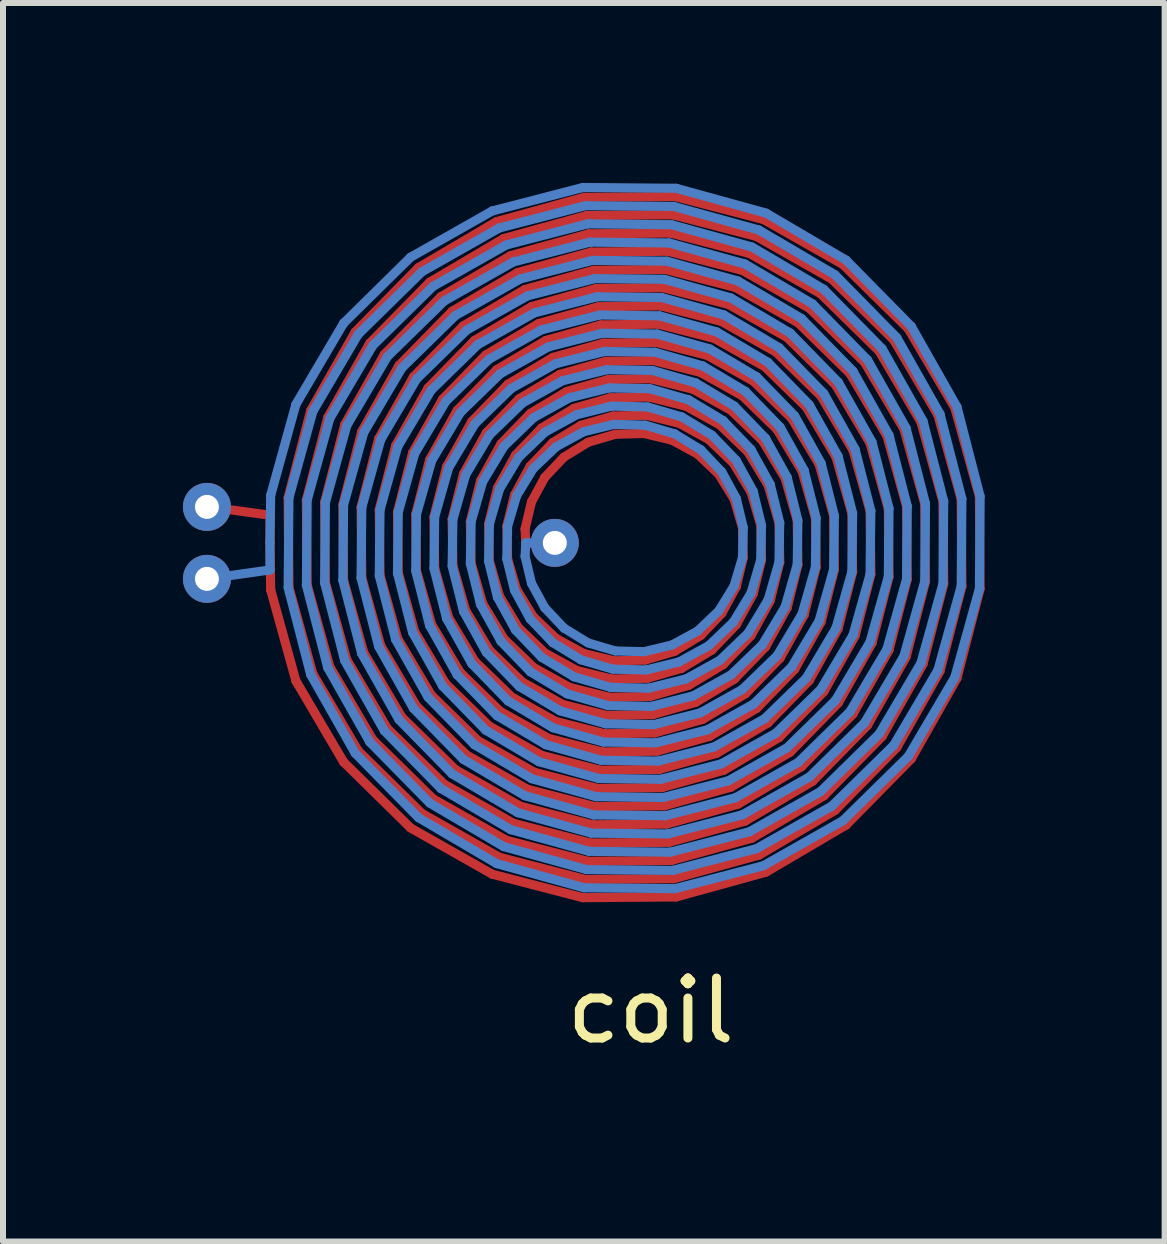
<source format=kicad_pcb>
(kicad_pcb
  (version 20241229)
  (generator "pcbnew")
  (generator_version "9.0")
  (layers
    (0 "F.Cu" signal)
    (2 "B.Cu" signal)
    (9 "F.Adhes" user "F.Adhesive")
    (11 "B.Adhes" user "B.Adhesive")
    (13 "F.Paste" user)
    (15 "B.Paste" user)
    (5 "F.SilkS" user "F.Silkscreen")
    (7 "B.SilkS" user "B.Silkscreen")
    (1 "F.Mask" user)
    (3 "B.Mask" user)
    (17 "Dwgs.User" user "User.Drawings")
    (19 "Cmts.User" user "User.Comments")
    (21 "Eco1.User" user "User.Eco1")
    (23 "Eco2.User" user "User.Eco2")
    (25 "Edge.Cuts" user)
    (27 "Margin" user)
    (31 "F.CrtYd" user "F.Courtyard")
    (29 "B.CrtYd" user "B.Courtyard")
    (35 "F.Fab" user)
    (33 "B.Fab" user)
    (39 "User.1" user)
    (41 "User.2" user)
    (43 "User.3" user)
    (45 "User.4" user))
  (footprint "coil"
    (layer "F.Cu")
    (at 7.5 6.001)
    (property "Reference" "coil" (at 0.3 7.8 0) (layer "F.SilkS") (effects (font (size 1 1) (thickness 0.15))))
    (attr through_hole)
    (fp_line (start -6.84 -0.57) (end -6.049 -0.461) (stroke (width 0.152) (type solid)) (layer "F.Cu"))
    (fp_line (start -6.049 -0.005) (end -6.049 -0.461) (stroke (width 0.152) (type solid)) (layer "F.Cu"))
    (fp_line (start -6.049 -0.005) (end -6.037 0.783) (stroke (width 0.152) (type solid)) (layer "F.Cu"))
    (fp_line (start -6.037 0.783) (end -5.617 2.3) (stroke (width 0.152) (type solid)) (layer "F.Cu"))
    (fp_line (start -5.746 -0.754) (end -5.733 0.743) (stroke (width 0.152) (type solid)) (layer "F.Cu"))
    (fp_line (start -5.733 0.743) (end -5.334 2.183) (stroke (width 0.152) (type solid)) (layer "F.Cu"))
    (fp_line (start -5.617 2.3) (end -4.821 3.654) (stroke (width 0.152) (type solid)) (layer "F.Cu"))
    (fp_line (start -5.442 -0.714) (end -5.429 0.703) (stroke (width 0.152) (type solid)) (layer "F.Cu"))
    (fp_line (start -5.429 0.703) (end -5.051 2.065) (stroke (width 0.152) (type solid)) (layer "F.Cu"))
    (fp_line (start -5.37 -2.207) (end -5.746 -0.754) (stroke (width 0.152) (type solid)) (layer "F.Cu"))
    (fp_line (start -5.334 2.183) (end -4.578 3.467) (stroke (width 0.152) (type solid)) (layer "F.Cu"))
    (fp_line (start -5.138 -0.674) (end -5.125 0.663) (stroke (width 0.152) (type solid)) (layer "F.Cu"))
    (fp_line (start -5.125 0.663) (end -4.768 1.948) (stroke (width 0.152) (type solid)) (layer "F.Cu"))
    (fp_line (start -5.086 -2.09) (end -5.442 -0.714) (stroke (width 0.152) (type solid)) (layer "F.Cu"))
    (fp_line (start -5.051 2.065) (end -4.335 3.281) (stroke (width 0.152) (type solid)) (layer "F.Cu"))
    (fp_line (start -4.834 -0.634) (end -4.822 0.623) (stroke (width 0.152) (type solid)) (layer "F.Cu"))
    (fp_line (start -4.822 0.623) (end -4.485 1.831) (stroke (width 0.152) (type solid)) (layer "F.Cu"))
    (fp_line (start -4.821 3.654) (end -3.704 4.753) (stroke (width 0.152) (type solid)) (layer "F.Cu"))
    (fp_line (start -4.803 -1.972) (end -5.138 -0.674) (stroke (width 0.152) (type solid)) (layer "F.Cu"))
    (fp_line (start -4.768 1.948) (end -4.092 3.094) (stroke (width 0.152) (type solid)) (layer "F.Cu"))
    (fp_line (start -4.628 -3.516) (end -5.37 -2.207) (stroke (width 0.152) (type solid)) (layer "F.Cu"))
    (fp_line (start -4.578 3.467) (end -3.517 4.51) (stroke (width 0.152) (type solid)) (layer "F.Cu"))
    (fp_line (start -4.53 -0.594) (end -4.518 0.583) (stroke (width 0.152) (type solid)) (layer "F.Cu"))
    (fp_line (start -4.52 -1.855) (end -4.834 -0.634) (stroke (width 0.152) (type solid)) (layer "F.Cu"))
    (fp_line (start -4.518 0.583) (end -4.202 1.714) (stroke (width 0.152) (type solid)) (layer "F.Cu"))
    (fp_line (start -4.485 1.831) (end -3.849 2.908) (stroke (width 0.152) (type solid)) (layer "F.Cu"))
    (fp_line (start -4.385 -3.329) (end -5.086 -2.09) (stroke (width 0.152) (type solid)) (layer "F.Cu"))
    (fp_line (start -4.335 3.281) (end -3.331 4.267) (stroke (width 0.152) (type solid)) (layer "F.Cu"))
    (fp_line (start -4.237 -1.738) (end -4.53 -0.594) (stroke (width 0.152) (type solid)) (layer "F.Cu"))
    (fp_line (start -4.227 -0.554) (end -4.214 0.543) (stroke (width 0.152) (type solid)) (layer "F.Cu"))
    (fp_line (start -4.214 0.543) (end -3.919 1.596) (stroke (width 0.152) (type solid)) (layer "F.Cu"))
    (fp_line (start -4.202 1.714) (end -3.606 2.721) (stroke (width 0.152) (type solid)) (layer "F.Cu"))
    (fp_line (start -4.142 -3.143) (end -4.803 -1.972) (stroke (width 0.152) (type solid)) (layer "F.Cu"))
    (fp_line (start -4.092 3.094) (end -3.144 4.024) (stroke (width 0.152) (type solid)) (layer "F.Cu"))
    (fp_line (start -3.954 -1.621) (end -4.227 -0.554) (stroke (width 0.152) (type solid)) (layer "F.Cu"))
    (fp_line (start -3.923 -0.514) (end -3.91 0.503) (stroke (width 0.152) (type solid)) (layer "F.Cu"))
    (fp_line (start -3.919 1.596) (end -3.362 2.534) (stroke (width 0.152) (type solid)) (layer "F.Cu"))
    (fp_line (start -3.91 0.503) (end -3.636 1.479) (stroke (width 0.152) (type solid)) (layer "F.Cu"))
    (fp_line (start -3.899 -2.956) (end -4.52 -1.855) (stroke (width 0.152) (type solid)) (layer "F.Cu"))
    (fp_line (start -3.849 2.908) (end -2.958 3.78) (stroke (width 0.152) (type solid)) (layer "F.Cu"))
    (fp_line (start -3.704 4.753) (end -2.343 5.524) (stroke (width 0.152) (type solid)) (layer "F.Cu"))
    (fp_line (start -3.671 -1.503) (end -3.923 -0.514) (stroke (width 0.152) (type solid)) (layer "F.Cu"))
    (fp_line (start -3.656 -2.769) (end -4.237 -1.738) (stroke (width 0.152) (type solid)) (layer "F.Cu"))
    (fp_line (start -3.636 1.479) (end -3.119 2.348) (stroke (width 0.152) (type solid)) (layer "F.Cu"))
    (fp_line (start -3.619 -0.474) (end -3.607 0.463) (stroke (width 0.152) (type solid)) (layer "F.Cu"))
    (fp_line (start -3.607 0.463) (end -3.353 1.362) (stroke (width 0.152) (type solid)) (layer "F.Cu"))
    (fp_line (start -3.606 2.721) (end -2.771 3.537) (stroke (width 0.152) (type solid)) (layer "F.Cu"))
    (fp_line (start -3.572 -4.59) (end -4.628 -3.516) (stroke (width 0.152) (type solid)) (layer "F.Cu"))
    (fp_line (start -3.517 4.51) (end -2.226 5.241) (stroke (width 0.152) (type solid)) (layer "F.Cu"))
    (fp_line (start -3.413 -2.583) (end -3.954 -1.621) (stroke (width 0.152) (type solid)) (layer "F.Cu"))
    (fp_line (start -3.388 -1.386) (end -3.619 -0.474) (stroke (width 0.152) (type solid)) (layer "F.Cu"))
    (fp_line (start -3.385 -4.347) (end -4.385 -3.329) (stroke (width 0.152) (type solid)) (layer "F.Cu"))
    (fp_line (start -3.362 2.534) (end -2.585 3.294) (stroke (width 0.152) (type solid)) (layer "F.Cu"))
    (fp_line (start -3.353 1.362) (end -2.876 2.161) (stroke (width 0.152) (type solid)) (layer "F.Cu"))
    (fp_line (start -3.331 4.267) (end -2.109 4.958) (stroke (width 0.152) (type solid)) (layer "F.Cu"))
    (fp_line (start -3.315 -0.434) (end -3.303 0.423) (stroke (width 0.152) (type solid)) (layer "F.Cu"))
    (fp_line (start -3.303 0.423) (end -3.07 1.245) (stroke (width 0.152) (type solid)) (layer "F.Cu"))
    (fp_line (start -3.199 -4.104) (end -4.142 -3.143) (stroke (width 0.152) (type solid)) (layer "F.Cu"))
    (fp_line (start -3.17 -2.397) (end -3.671 -1.503) (stroke (width 0.152) (type solid)) (layer "F.Cu"))
    (fp_line (start -3.144 4.024) (end -1.991 4.675) (stroke (width 0.152) (type solid)) (layer "F.Cu"))
    (fp_line (start -3.119 2.348) (end -2.398 3.051) (stroke (width 0.152) (type solid)) (layer "F.Cu"))
    (fp_line (start -3.105 -1.269) (end -3.315 -0.434) (stroke (width 0.152) (type solid)) (layer "F.Cu"))
    (fp_line (start -3.07 1.245) (end -2.633 1.975) (stroke (width 0.152) (type solid)) (layer "F.Cu"))
    (fp_line (start -3.012 -3.861) (end -3.899 -2.956) (stroke (width 0.152) (type solid)) (layer "F.Cu"))
    (fp_line (start -3.012 -0.394) (end -2.999 0.383) (stroke (width 0.152) (type solid)) (layer "F.Cu"))
    (fp_line (start -2.999 0.383) (end -2.786 1.127) (stroke (width 0.152) (type solid)) (layer "F.Cu"))
    (fp_line (start -2.958 3.78) (end -1.874 4.391) (stroke (width 0.152) (type solid)) (layer "F.Cu"))
    (fp_line (start -2.927 -2.21) (end -3.388 -1.386) (stroke (width 0.152) (type solid)) (layer "F.Cu"))
    (fp_line (start -2.876 2.161) (end -2.212 2.808) (stroke (width 0.152) (type solid)) (layer "F.Cu"))
    (fp_line (start -2.826 -3.618) (end -3.656 -2.769) (stroke (width 0.152) (type solid)) (layer "F.Cu"))
    (fp_line (start -2.822 -1.152) (end -3.012 -0.394) (stroke (width 0.152) (type solid)) (layer "F.Cu"))
    (fp_line (start -2.786 1.127) (end -2.39 1.788) (stroke (width 0.152) (type solid)) (layer "F.Cu"))
    (fp_line (start -2.771 3.537) (end -1.757 4.108) (stroke (width 0.152) (type solid)) (layer "F.Cu"))
    (fp_line (start -2.708 -0.354) (end -2.695 0.343) (stroke (width 0.152) (type solid)) (layer "F.Cu"))
    (fp_line (start -2.695 0.343) (end -2.503 1.01) (stroke (width 0.152) (type solid)) (layer "F.Cu"))
    (fp_line (start -2.684 -2.023) (end -3.105 -1.269) (stroke (width 0.152) (type solid)) (layer "F.Cu"))
    (fp_line (start -2.639 -3.375) (end -3.413 -2.583) (stroke (width 0.152) (type solid)) (layer "F.Cu"))
    (fp_line (start -2.633 1.975) (end -2.025 2.565) (stroke (width 0.152) (type solid)) (layer "F.Cu"))
    (fp_line (start -2.585 3.294) (end -1.64 3.825) (stroke (width 0.152) (type solid)) (layer "F.Cu"))
    (fp_line (start -2.539 -1.034) (end -2.708 -0.354) (stroke (width 0.152) (type solid)) (layer "F.Cu"))
    (fp_line (start -2.503 1.01) (end -2.147 1.602) (stroke (width 0.152) (type solid)) (layer "F.Cu"))
    (fp_line (start -2.453 -3.132) (end -3.17 -2.397) (stroke (width 0.152) (type solid)) (layer "F.Cu"))
    (fp_line (start -2.441 -1.837) (end -2.822 -1.152) (stroke (width 0.152) (type solid)) (layer "F.Cu"))
    (fp_line (start -2.404 -0.314) (end -2.391 0.303) (stroke (width 0.152) (type solid)) (layer "F.Cu"))
    (fp_line (start -2.398 3.051) (end -1.522 3.542) (stroke (width 0.152) (type solid)) (layer "F.Cu"))
    (fp_line (start -2.391 0.303) (end -2.22 0.893) (stroke (width 0.152) (type solid)) (layer "F.Cu"))
    (fp_line (start -2.39 1.788) (end -1.839 2.322) (stroke (width 0.152) (type solid)) (layer "F.Cu"))
    (fp_line (start -2.343 5.524) (end -0.833 5.915) (stroke (width 0.152) (type solid)) (layer "F.Cu"))
    (fp_line (start -2.27 -5.357) (end -3.572 -4.59) (stroke (width 0.152) (type solid)) (layer "F.Cu"))
    (fp_line (start -2.266 -2.889) (end -2.927 -2.21) (stroke (width 0.152) (type solid)) (layer "F.Cu"))
    (fp_line (start -2.256 -0.917) (end -2.404 -0.314) (stroke (width 0.152) (type solid)) (layer "F.Cu"))
    (fp_line (start -2.226 5.241) (end -0.793 5.612) (stroke (width 0.152) (type solid)) (layer "F.Cu"))
    (fp_line (start -2.22 0.893) (end -1.904 1.415) (stroke (width 0.152) (type solid)) (layer "F.Cu"))
    (fp_line (start -2.212 2.808) (end -1.405 3.259) (stroke (width 0.152) (type solid)) (layer "F.Cu"))
    (fp_line (start -2.198 -1.65) (end -2.539 -1.034) (stroke (width 0.152) (type solid)) (layer "F.Cu"))
    (fp_line (start -2.153 -5.074) (end -3.385 -4.347) (stroke (width 0.152) (type solid)) (layer "F.Cu"))
    (fp_line (start -2.147 1.602) (end -1.652 2.079) (stroke (width 0.152) (type solid)) (layer "F.Cu"))
    (fp_line (start -2.109 4.958) (end -0.753 5.308) (stroke (width 0.152) (type solid)) (layer "F.Cu"))
    (fp_line (start -2.1 -0.274) (end -2.088 0.263) (stroke (width 0.152) (type solid)) (layer "F.Cu"))
    (fp_line (start -2.088 0.263) (end -1.937 0.776) (stroke (width 0.152) (type solid)) (layer "F.Cu"))
    (fp_line (start -2.079 -2.646) (end -2.684 -2.023) (stroke (width 0.152) (type solid)) (layer "F.Cu"))
    (fp_line (start -2.035 -4.79) (end -3.199 -4.104) (stroke (width 0.152) (type solid)) (layer "F.Cu"))
    (fp_line (start -2.025 2.565) (end -1.288 2.976) (stroke (width 0.152) (type solid)) (layer "F.Cu"))
    (fp_line (start -1.991 4.675) (end -0.713 5.004) (stroke (width 0.152) (type solid)) (layer "F.Cu"))
    (fp_line (start -1.972 -0.8) (end -2.1 -0.274) (stroke (width 0.152) (type solid)) (layer "F.Cu"))
    (fp_line (start -1.955 -1.464) (end -2.256 -0.917) (stroke (width 0.152) (type solid)) (layer "F.Cu"))
    (fp_line (start -1.937 0.776) (end -1.661 1.229) (stroke (width 0.152) (type solid)) (layer "F.Cu"))
    (fp_line (start -1.918 -4.507) (end -3.012 -3.861) (stroke (width 0.152) (type solid)) (layer "F.Cu"))
    (fp_line (start -1.904 1.415) (end -1.466 1.836) (stroke (width 0.152) (type solid)) (layer "F.Cu"))
    (fp_line (start -1.893 -2.403) (end -2.441 -1.837) (stroke (width 0.152) (type solid)) (layer "F.Cu"))
    (fp_line (start -1.874 4.391) (end -0.673 4.7) (stroke (width 0.152) (type solid)) (layer "F.Cu"))
    (fp_line (start -1.839 2.322) (end -1.171 2.693) (stroke (width 0.152) (type solid)) (layer "F.Cu"))
    (fp_line (start -1.801 -4.224) (end -2.826 -3.618) (stroke (width 0.152) (type solid)) (layer "F.Cu"))
    (fp_line (start -1.796 -0.234) (end -1.784 0) (stroke (width 0.152) (type solid)) (layer "F.Cu"))
    (fp_line (start -1.757 4.108) (end -0.633 4.397) (stroke (width 0.152) (type solid)) (layer "F.Cu"))
    (fp_line (start -1.712 -1.277) (end -1.972 -0.8) (stroke (width 0.152) (type solid)) (layer "F.Cu"))
    (fp_line (start -1.706 -2.159) (end -2.198 -1.65) (stroke (width 0.152) (type solid)) (layer "F.Cu"))
    (fp_line (start -1.689 -0.683) (end -1.796 -0.234) (stroke (width 0.152) (type solid)) (layer "F.Cu"))
    (fp_line (start -1.684 -3.941) (end -2.639 -3.375) (stroke (width 0.152) (type solid)) (layer "F.Cu"))
    (fp_line (start -1.661 1.229) (end -1.279 1.593) (stroke (width 0.152) (type solid)) (layer "F.Cu"))
    (fp_line (start -1.652 2.079) (end -1.053 2.41) (stroke (width 0.152) (type solid)) (layer "F.Cu"))
    (fp_line (start -1.64 3.825) (end -0.593 4.093) (stroke (width 0.152) (type solid)) (layer "F.Cu"))
    (fp_line (start -1.566 -3.658) (end -2.453 -3.132) (stroke (width 0.152) (type solid)) (layer "F.Cu"))
    (fp_line (start -1.522 3.542) (end -0.553 3.789) (stroke (width 0.152) (type solid)) (layer "F.Cu"))
    (fp_line (start -1.52 -1.916) (end -1.955 -1.464) (stroke (width 0.152) (type solid)) (layer "F.Cu"))
    (fp_line (start -1.468 -1.091) (end -1.689 -0.683) (stroke (width 0.152) (type solid)) (layer "F.Cu"))
    (fp_line (start -1.466 1.836) (end -0.936 2.127) (stroke (width 0.152) (type solid)) (layer "F.Cu"))
    (fp_line (start -1.449 -3.375) (end -2.266 -2.889) (stroke (width 0.152) (type solid)) (layer "F.Cu"))
    (fp_line (start -1.405 3.259) (end -0.513 3.485) (stroke (width 0.152) (type solid)) (layer "F.Cu"))
    (fp_line (start -1.333 -1.673) (end -1.712 -1.277) (stroke (width 0.152) (type solid)) (layer "F.Cu"))
    (fp_line (start -1.332 -3.092) (end -2.079 -2.646) (stroke (width 0.152) (type solid)) (layer "F.Cu"))
    (fp_line (start -1.3 0.005) (end -1.784 0) (stroke (width 0.152) (type solid)) (layer "F.Cu"))
    (fp_line (start -1.288 2.976) (end -0.473 3.182) (stroke (width 0.152) (type solid)) (layer "F.Cu"))
    (fp_line (start -1.279 1.593) (end -0.819 1.844) (stroke (width 0.152) (type solid)) (layer "F.Cu"))
    (fp_line (start -1.215 -2.809) (end -1.893 -2.403) (stroke (width 0.152) (type solid)) (layer "F.Cu"))
    (fp_line (start -1.171 2.693) (end -0.433 2.878) (stroke (width 0.152) (type solid)) (layer "F.Cu"))
    (fp_line (start -1.147 -1.43) (end -1.468 -1.091) (stroke (width 0.152) (type solid)) (layer "F.Cu"))
    (fp_line (start -1.097 -2.526) (end -1.706 -2.159) (stroke (width 0.152) (type solid)) (layer "F.Cu"))
    (fp_line (start -1.053 2.41) (end -0.393 2.574) (stroke (width 0.152) (type solid)) (layer "F.Cu"))
    (fp_line (start -0.98 -2.243) (end -1.52 -1.916) (stroke (width 0.152) (type solid)) (layer "F.Cu"))
    (fp_line (start -0.936 2.127) (end -0.353 2.27) (stroke (width 0.152) (type solid)) (layer "F.Cu"))
    (fp_line (start -0.863 -1.96) (end -1.333 -1.673) (stroke (width 0.152) (type solid)) (layer "F.Cu"))
    (fp_line (start -0.833 5.915) (end 0.725 5.903) (stroke (width 0.152) (type solid)) (layer "F.Cu"))
    (fp_line (start -0.819 1.844) (end -0.313 1.966) (stroke (width 0.152) (type solid)) (layer "F.Cu"))
    (fp_line (start -0.811 -5.761) (end -2.27 -5.357) (stroke (width 0.152) (type solid)) (layer "F.Cu"))
    (fp_line (start -0.793 5.612) (end 0.685 5.599) (stroke (width 0.152) (type solid)) (layer "F.Cu"))
    (fp_line (start -0.771 -5.457) (end -2.153 -5.074) (stroke (width 0.152) (type solid)) (layer "F.Cu"))
    (fp_line (start -0.753 5.308) (end 0.645 5.295) (stroke (width 0.152) (type solid)) (layer "F.Cu"))
    (fp_line (start -0.746 -1.677) (end -1.147 -1.43) (stroke (width 0.152) (type solid)) (layer "F.Cu"))
    (fp_line (start -0.731 -5.153) (end -2.035 -4.79) (stroke (width 0.152) (type solid)) (layer "F.Cu"))
    (fp_line (start -0.713 5.004) (end 0.605 4.992) (stroke (width 0.152) (type solid)) (layer "F.Cu"))
    (fp_line (start -0.691 -4.849) (end -1.918 -4.507) (stroke (width 0.152) (type solid)) (layer "F.Cu"))
    (fp_line (start -0.673 4.7) (end 0.565 4.688) (stroke (width 0.152) (type solid)) (layer "F.Cu"))
    (fp_line (start -0.651 -4.545) (end -1.801 -4.224) (stroke (width 0.152) (type solid)) (layer "F.Cu"))
    (fp_line (start -0.633 4.397) (end 0.525 4.384) (stroke (width 0.152) (type solid)) (layer "F.Cu"))
    (fp_line (start -0.611 -4.242) (end -1.684 -3.941) (stroke (width 0.152) (type solid)) (layer "F.Cu"))
    (fp_line (start -0.593 4.093) (end 0.485 4.08) (stroke (width 0.152) (type solid)) (layer "F.Cu"))
    (fp_line (start -0.571 -3.938) (end -1.566 -3.658) (stroke (width 0.152) (type solid)) (layer "F.Cu"))
    (fp_line (start -0.553 3.789) (end 0.445 3.776) (stroke (width 0.152) (type solid)) (layer "F.Cu"))
    (fp_line (start -0.531 -3.634) (end -1.449 -3.375) (stroke (width 0.152) (type solid)) (layer "F.Cu"))
    (fp_line (start -0.513 3.485) (end 0.405 3.473) (stroke (width 0.152) (type solid)) (layer "F.Cu"))
    (fp_line (start -0.491 -3.33) (end -1.332 -3.092) (stroke (width 0.152) (type solid)) (layer "F.Cu"))
    (fp_line (start -0.473 3.182) (end 0.365 3.169) (stroke (width 0.152) (type solid)) (layer "F.Cu"))
    (fp_line (start -0.451 -3.027) (end -1.215 -2.809) (stroke (width 0.152) (type solid)) (layer "F.Cu"))
    (fp_line (start -0.433 2.878) (end 0.325 2.865) (stroke (width 0.152) (type solid)) (layer "F.Cu"))
    (fp_line (start -0.411 -2.723) (end -1.097 -2.526) (stroke (width 0.152) (type solid)) (layer "F.Cu"))
    (fp_line (start -0.393 2.574) (end 0.285 2.561) (stroke (width 0.152) (type solid)) (layer "F.Cu"))
    (fp_line (start -0.371 -2.419) (end -0.98 -2.243) (stroke (width 0.152) (type solid)) (layer "F.Cu"))
    (fp_line (start -0.353 2.27) (end 0.245 2.257) (stroke (width 0.152) (type solid)) (layer "F.Cu"))
    (fp_line (start -0.331 -2.115) (end -0.863 -1.96) (stroke (width 0.152) (type solid)) (layer "F.Cu"))
    (fp_line (start -0.313 1.966) (end 0.205 1.954) (stroke (width 0.152) (type solid)) (layer "F.Cu"))
    (fp_line (start -0.291 -1.811) (end -0.746 -1.677) (stroke (width 0.152) (type solid)) (layer "F.Cu"))
    (fp_line (start 0.186 -1.824) (end -0.291 -1.811) (stroke (width 0.152) (type solid)) (layer "F.Cu"))
    (fp_line (start 0.205 1.954) (end 0.698 1.808) (stroke (width 0.152) (type solid)) (layer "F.Cu"))
    (fp_line (start 0.226 -2.128) (end -0.331 -2.115) (stroke (width 0.152) (type solid)) (layer "F.Cu"))
    (fp_line (start 0.245 2.257) (end 0.815 2.091) (stroke (width 0.152) (type solid)) (layer "F.Cu"))
    (fp_line (start 0.266 -2.432) (end -0.371 -2.419) (stroke (width 0.152) (type solid)) (layer "F.Cu"))
    (fp_line (start 0.285 2.561) (end 0.932 2.375) (stroke (width 0.152) (type solid)) (layer "F.Cu"))
    (fp_line (start 0.306 -2.735) (end -0.411 -2.723) (stroke (width 0.152) (type solid)) (layer "F.Cu"))
    (fp_line (start 0.325 2.865) (end 1.05 2.658) (stroke (width 0.152) (type solid)) (layer "F.Cu"))
    (fp_line (start 0.346 -3.039) (end -0.451 -3.027) (stroke (width 0.152) (type solid)) (layer "F.Cu"))
    (fp_line (start 0.365 3.169) (end 1.167 2.941) (stroke (width 0.152) (type solid)) (layer "F.Cu"))
    (fp_line (start 0.386 -3.343) (end -0.491 -3.33) (stroke (width 0.152) (type solid)) (layer "F.Cu"))
    (fp_line (start 0.405 3.473) (end 1.284 3.224) (stroke (width 0.152) (type solid)) (layer "F.Cu"))
    (fp_line (start 0.426 -3.647) (end -0.531 -3.634) (stroke (width 0.152) (type solid)) (layer "F.Cu"))
    (fp_line (start 0.445 3.776) (end 1.401 3.507) (stroke (width 0.152) (type solid)) (layer "F.Cu"))
    (fp_line (start 0.466 -3.951) (end -0.571 -3.938) (stroke (width 0.152) (type solid)) (layer "F.Cu"))
    (fp_line (start 0.485 4.08) (end 1.519 3.79) (stroke (width 0.152) (type solid)) (layer "F.Cu"))
    (fp_line (start 0.506 -4.254) (end -0.611 -4.242) (stroke (width 0.152) (type solid)) (layer "F.Cu"))
    (fp_line (start 0.525 4.384) (end 1.636 4.073) (stroke (width 0.152) (type solid)) (layer "F.Cu"))
    (fp_line (start 0.546 -4.558) (end -0.651 -4.545) (stroke (width 0.152) (type solid)) (layer "F.Cu"))
    (fp_line (start 0.565 4.688) (end 1.753 4.356) (stroke (width 0.152) (type solid)) (layer "F.Cu"))
    (fp_line (start 0.586 -4.862) (end -0.691 -4.849) (stroke (width 0.152) (type solid)) (layer "F.Cu"))
    (fp_line (start 0.605 4.992) (end 1.871 4.639) (stroke (width 0.152) (type solid)) (layer "F.Cu"))
    (fp_line (start 0.626 -5.166) (end -0.731 -5.153) (stroke (width 0.152) (type solid)) (layer "F.Cu"))
    (fp_line (start 0.645 5.295) (end 1.988 4.922) (stroke (width 0.152) (type solid)) (layer "F.Cu"))
    (fp_line (start 0.654 -1.712) (end 0.186 -1.824) (stroke (width 0.152) (type solid)) (layer "F.Cu"))
    (fp_line (start 0.666 -5.47) (end -0.771 -5.457) (stroke (width 0.152) (type solid)) (layer "F.Cu"))
    (fp_line (start 0.685 5.599) (end 2.105 5.205) (stroke (width 0.152) (type solid)) (layer "F.Cu"))
    (fp_line (start 0.698 1.808) (end 1.134 1.542) (stroke (width 0.152) (type solid)) (layer "F.Cu"))
    (fp_line (start 0.706 -5.773) (end -0.811 -5.761) (stroke (width 0.152) (type solid)) (layer "F.Cu"))
    (fp_line (start 0.725 5.903) (end 2.222 5.489) (stroke (width 0.152) (type solid)) (layer "F.Cu"))
    (fp_line (start 0.771 -1.995) (end 0.226 -2.128) (stroke (width 0.152) (type solid)) (layer "F.Cu"))
    (fp_line (start 0.815 2.091) (end 1.32 1.785) (stroke (width 0.152) (type solid)) (layer "F.Cu"))
    (fp_line (start 0.888 -2.278) (end 0.266 -2.432) (stroke (width 0.152) (type solid)) (layer "F.Cu"))
    (fp_line (start 0.932 2.375) (end 1.507 2.028) (stroke (width 0.152) (type solid)) (layer "F.Cu"))
    (fp_line (start 1.006 -2.561) (end 0.306 -2.735) (stroke (width 0.152) (type solid)) (layer "F.Cu"))
    (fp_line (start 1.05 2.658) (end 1.693 2.271) (stroke (width 0.152) (type solid)) (layer "F.Cu"))
    (fp_line (start 1.079 -1.481) (end 0.654 -1.712) (stroke (width 0.152) (type solid)) (layer "F.Cu"))
    (fp_line (start 1.123 -2.844) (end 0.346 -3.039) (stroke (width 0.152) (type solid)) (layer "F.Cu"))
    (fp_line (start 1.134 1.542) (end 1.484 1.174) (stroke (width 0.152) (type solid)) (layer "F.Cu"))
    (fp_line (start 1.167 2.941) (end 1.88 2.514) (stroke (width 0.152) (type solid)) (layer "F.Cu"))
    (fp_line (start 1.24 -3.127) (end 0.386 -3.343) (stroke (width 0.152) (type solid)) (layer "F.Cu"))
    (fp_line (start 1.266 -1.724) (end 0.771 -1.995) (stroke (width 0.152) (type solid)) (layer "F.Cu"))
    (fp_line (start 1.284 3.224) (end 2.067 2.757) (stroke (width 0.152) (type solid)) (layer "F.Cu"))
    (fp_line (start 1.32 1.785) (end 1.727 1.361) (stroke (width 0.152) (type solid)) (layer "F.Cu"))
    (fp_line (start 1.357 -3.41) (end 0.426 -3.647) (stroke (width 0.152) (type solid)) (layer "F.Cu"))
    (fp_line (start 1.401 3.507) (end 2.253 3.001) (stroke (width 0.152) (type solid)) (layer "F.Cu"))
    (fp_line (start 1.433 -1.145) (end 1.079 -1.481) (stroke (width 0.152) (type solid)) (layer "F.Cu"))
    (fp_line (start 1.452 -1.967) (end 0.888 -2.278) (stroke (width 0.152) (type solid)) (layer "F.Cu"))
    (fp_line (start 1.475 -3.693) (end 0.466 -3.951) (stroke (width 0.152) (type solid)) (layer "F.Cu"))
    (fp_line (start 1.484 1.174) (end 1.725 0.732) (stroke (width 0.152) (type solid)) (layer "F.Cu"))
    (fp_line (start 1.507 2.028) (end 1.97 1.548) (stroke (width 0.152) (type solid)) (layer "F.Cu"))
    (fp_line (start 1.519 3.79) (end 2.44 3.244) (stroke (width 0.152) (type solid)) (layer "F.Cu"))
    (fp_line (start 1.592 -3.977) (end 0.506 -4.254) (stroke (width 0.152) (type solid)) (layer "F.Cu"))
    (fp_line (start 1.636 4.073) (end 2.626 3.487) (stroke (width 0.152) (type solid)) (layer "F.Cu"))
    (fp_line (start 1.639 -2.21) (end 1.006 -2.561) (stroke (width 0.152) (type solid)) (layer "F.Cu"))
    (fp_line (start 1.676 -1.332) (end 1.266 -1.724) (stroke (width 0.152) (type solid)) (layer "F.Cu"))
    (fp_line (start 1.689 -0.727) (end 1.433 -1.145) (stroke (width 0.152) (type solid)) (layer "F.Cu"))
    (fp_line (start 1.693 2.271) (end 2.213 1.734) (stroke (width 0.152) (type solid)) (layer "F.Cu"))
    (fp_line (start 1.709 -4.26) (end 0.546 -4.558) (stroke (width 0.152) (type solid)) (layer "F.Cu"))
    (fp_line (start 1.725 0.732) (end 1.842 0.245) (stroke (width 0.152) (type solid)) (layer "F.Cu"))
    (fp_line (start 1.727 1.361) (end 2.008 0.849) (stroke (width 0.152) (type solid)) (layer "F.Cu"))
    (fp_line (start 1.753 4.356) (end 2.813 3.73) (stroke (width 0.152) (type solid)) (layer "F.Cu"))
    (fp_line (start 1.826 -2.453) (end 1.123 -2.844) (stroke (width 0.152) (type solid)) (layer "F.Cu"))
    (fp_line (start 1.827 -4.543) (end 0.586 -4.862) (stroke (width 0.152) (type solid)) (layer "F.Cu"))
    (fp_line (start 1.829 -0.253) (end 1.689 -0.727) (stroke (width 0.152) (type solid)) (layer "F.Cu"))
    (fp_line (start 1.842 0.245) (end 1.829 -0.253) (stroke (width 0.152) (type solid)) (layer "F.Cu"))
    (fp_line (start 1.871 4.639) (end 2.999 3.973) (stroke (width 0.152) (type solid)) (layer "F.Cu"))
    (fp_line (start 1.88 2.514) (end 2.456 1.921) (stroke (width 0.152) (type solid)) (layer "F.Cu"))
    (fp_line (start 1.919 -1.518) (end 1.452 -1.967) (stroke (width 0.152) (type solid)) (layer "F.Cu"))
    (fp_line (start 1.944 -4.826) (end 0.626 -5.166) (stroke (width 0.152) (type solid)) (layer "F.Cu"))
    (fp_line (start 1.97 1.548) (end 2.291 0.966) (stroke (width 0.152) (type solid)) (layer "F.Cu"))
    (fp_line (start 1.972 -0.844) (end 1.676 -1.332) (stroke (width 0.152) (type solid)) (layer "F.Cu"))
    (fp_line (start 1.988 4.922) (end 3.186 4.216) (stroke (width 0.152) (type solid)) (layer "F.Cu"))
    (fp_line (start 2.008 0.849) (end 2.146 0.285) (stroke (width 0.152) (type solid)) (layer "F.Cu"))
    (fp_line (start 2.012 -2.696) (end 1.24 -3.127) (stroke (width 0.152) (type solid)) (layer "F.Cu"))
    (fp_line (start 2.061 -5.109) (end 0.666 -5.47) (stroke (width 0.152) (type solid)) (layer "F.Cu"))
    (fp_line (start 2.067 2.757) (end 2.699 2.107) (stroke (width 0.152) (type solid)) (layer "F.Cu"))
    (fp_line (start 2.105 5.205) (end 3.372 4.459) (stroke (width 0.152) (type solid)) (layer "F.Cu"))
    (fp_line (start 2.133 -0.293) (end 1.972 -0.844) (stroke (width 0.152) (type solid)) (layer "F.Cu"))
    (fp_line (start 2.146 0.285) (end 2.133 -0.293) (stroke (width 0.152) (type solid)) (layer "F.Cu"))
    (fp_line (start 2.162 -1.705) (end 1.639 -2.21) (stroke (width 0.152) (type solid)) (layer "F.Cu"))
    (fp_line (start 2.178 -5.392) (end 0.706 -5.773) (stroke (width 0.152) (type solid)) (layer "F.Cu"))
    (fp_line (start 2.199 -2.939) (end 1.357 -3.41) (stroke (width 0.152) (type solid)) (layer "F.Cu"))
    (fp_line (start 2.213 1.734) (end 2.574 1.083) (stroke (width 0.152) (type solid)) (layer "F.Cu"))
    (fp_line (start 2.222 5.489) (end 3.559 4.702) (stroke (width 0.152) (type solid)) (layer "F.Cu"))
    (fp_line (start 2.253 3.001) (end 2.942 2.294) (stroke (width 0.152) (type solid)) (layer "F.Cu"))
    (fp_line (start 2.256 -0.961) (end 1.919 -1.518) (stroke (width 0.152) (type solid)) (layer "F.Cu"))
    (fp_line (start 2.291 0.966) (end 2.45 0.325) (stroke (width 0.152) (type solid)) (layer "F.Cu"))
    (fp_line (start 2.385 -3.183) (end 1.475 -3.693) (stroke (width 0.152) (type solid)) (layer "F.Cu"))
    (fp_line (start 2.405 -1.891) (end 1.826 -2.453) (stroke (width 0.152) (type solid)) (layer "F.Cu"))
    (fp_line (start 2.437 -0.333) (end 2.256 -0.961) (stroke (width 0.152) (type solid)) (layer "F.Cu"))
    (fp_line (start 2.44 3.244) (end 3.185 2.48) (stroke (width 0.152) (type solid)) (layer "F.Cu"))
    (fp_line (start 2.45 0.325) (end 2.437 -0.333) (stroke (width 0.152) (type solid)) (layer "F.Cu"))
    (fp_line (start 2.456 1.921) (end 2.857 1.201) (stroke (width 0.152) (type solid)) (layer "F.Cu"))
    (fp_line (start 2.539 -1.078) (end 2.162 -1.705) (stroke (width 0.152) (type solid)) (layer "F.Cu"))
    (fp_line (start 2.572 -3.426) (end 1.592 -3.977) (stroke (width 0.152) (type solid)) (layer "F.Cu"))
    (fp_line (start 2.574 1.083) (end 2.753 0.365) (stroke (width 0.152) (type solid)) (layer "F.Cu"))
    (fp_line (start 2.626 3.487) (end 3.428 2.667) (stroke (width 0.152) (type solid)) (layer "F.Cu"))
    (fp_line (start 2.648 -2.078) (end 2.012 -2.696) (stroke (width 0.152) (type solid)) (layer "F.Cu"))
    (fp_line (start 2.699 2.107) (end 3.14 1.318) (stroke (width 0.152) (type solid)) (layer "F.Cu"))
    (fp_line (start 2.741 -0.373) (end 2.539 -1.078) (stroke (width 0.152) (type solid)) (layer "F.Cu"))
    (fp_line (start 2.753 0.365) (end 2.741 -0.373) (stroke (width 0.152) (type solid)) (layer "F.Cu"))
    (fp_line (start 2.758 -3.669) (end 1.709 -4.26) (stroke (width 0.152) (type solid)) (layer "F.Cu"))
    (fp_line (start 2.813 3.73) (end 3.671 2.853) (stroke (width 0.152) (type solid)) (layer "F.Cu"))
    (fp_line (start 2.822 -1.196) (end 2.405 -1.891) (stroke (width 0.152) (type solid)) (layer "F.Cu"))
    (fp_line (start 2.857 1.201) (end 3.057 0.405) (stroke (width 0.152) (type solid)) (layer "F.Cu"))
    (fp_line (start 2.892 -2.264) (end 2.199 -2.939) (stroke (width 0.152) (type solid)) (layer "F.Cu"))
    (fp_line (start 2.942 2.294) (end 3.423 1.435) (stroke (width 0.152) (type solid)) (layer "F.Cu"))
    (fp_line (start 2.945 -3.912) (end 1.827 -4.543) (stroke (width 0.152) (type solid)) (layer "F.Cu"))
    (fp_line (start 2.999 3.973) (end 3.914 3.04) (stroke (width 0.152) (type solid)) (layer "F.Cu"))
    (fp_line (start 3.045 -0.413) (end 2.822 -1.196) (stroke (width 0.152) (type solid)) (layer "F.Cu"))
    (fp_line (start 3.057 0.405) (end 3.045 -0.413) (stroke (width 0.152) (type solid)) (layer "F.Cu"))
    (fp_line (start 3.105 -1.313) (end 2.648 -2.078) (stroke (width 0.152) (type solid)) (layer "F.Cu"))
    (fp_line (start 3.131 -4.155) (end 1.944 -4.826) (stroke (width 0.152) (type solid)) (layer "F.Cu"))
    (fp_line (start 3.135 -2.451) (end 2.385 -3.183) (stroke (width 0.152) (type solid)) (layer "F.Cu"))
    (fp_line (start 3.14 1.318) (end 3.361 0.445) (stroke (width 0.152) (type solid)) (layer "F.Cu"))
    (fp_line (start 3.185 2.48) (end 3.706 1.552) (stroke (width 0.152) (type solid)) (layer "F.Cu"))
    (fp_line (start 3.186 4.216) (end 4.158 3.226) (stroke (width 0.152) (type solid)) (layer "F.Cu"))
    (fp_line (start 3.318 -4.398) (end 2.061 -5.109) (stroke (width 0.152) (type solid)) (layer "F.Cu"))
    (fp_line (start 3.348 -0.453) (end 3.105 -1.313) (stroke (width 0.152) (type solid)) (layer "F.Cu"))
    (fp_line (start 3.361 0.445) (end 3.348 -0.453) (stroke (width 0.152) (type solid)) (layer "F.Cu"))
    (fp_line (start 3.372 4.459) (end 4.401 3.413) (stroke (width 0.152) (type solid)) (layer "F.Cu"))
    (fp_line (start 3.378 -2.637) (end 2.572 -3.426) (stroke (width 0.152) (type solid)) (layer "F.Cu"))
    (fp_line (start 3.388 -1.43) (end 2.892 -2.264) (stroke (width 0.152) (type solid)) (layer "F.Cu"))
    (fp_line (start 3.423 1.435) (end 3.665 0.485) (stroke (width 0.152) (type solid)) (layer "F.Cu"))
    (fp_line (start 3.428 2.667) (end 3.989 1.67) (stroke (width 0.152) (type solid)) (layer "F.Cu"))
    (fp_line (start 3.504 -4.641) (end 2.178 -5.392) (stroke (width 0.152) (type solid)) (layer "F.Cu"))
    (fp_line (start 3.559 4.702) (end 4.644 3.599) (stroke (width 0.152) (type solid)) (layer "F.Cu"))
    (fp_line (start 3.621 -2.824) (end 2.758 -3.669) (stroke (width 0.152) (type solid)) (layer "F.Cu"))
    (fp_line (start 3.652 -0.493) (end 3.388 -1.43) (stroke (width 0.152) (type solid)) (layer "F.Cu"))
    (fp_line (start 3.665 0.485) (end 3.652 -0.493) (stroke (width 0.152) (type solid)) (layer "F.Cu"))
    (fp_line (start 3.671 -1.547) (end 3.135 -2.451) (stroke (width 0.152) (type solid)) (layer "F.Cu"))
    (fp_line (start 3.671 2.853) (end 4.272 1.787) (stroke (width 0.152) (type solid)) (layer "F.Cu"))
    (fp_line (start 3.706 1.552) (end 3.969 0.525) (stroke (width 0.152) (type solid)) (layer "F.Cu"))
    (fp_line (start 3.864 -3.01) (end 2.945 -3.912) (stroke (width 0.152) (type solid)) (layer "F.Cu"))
    (fp_line (start 3.914 3.04) (end 4.556 1.904) (stroke (width 0.152) (type solid)) (layer "F.Cu"))
    (fp_line (start 3.954 -1.665) (end 3.378 -2.637) (stroke (width 0.152) (type solid)) (layer "F.Cu"))
    (fp_line (start 3.956 -0.533) (end 3.671 -1.547) (stroke (width 0.152) (type solid)) (layer "F.Cu"))
    (fp_line (start 3.969 0.525) (end 3.956 -0.533) (stroke (width 0.152) (type solid)) (layer "F.Cu"))
    (fp_line (start 3.989 1.67) (end 4.272 0.565) (stroke (width 0.152) (type solid)) (layer "F.Cu"))
    (fp_line (start 4.107 -3.197) (end 3.131 -4.155) (stroke (width 0.152) (type solid)) (layer "F.Cu"))
    (fp_line (start 4.158 3.226) (end 4.839 2.021) (stroke (width 0.152) (type solid)) (layer "F.Cu"))
    (fp_line (start 4.237 -1.782) (end 3.621 -2.824) (stroke (width 0.152) (type solid)) (layer "F.Cu"))
    (fp_line (start 4.26 -0.573) (end 3.954 -1.665) (stroke (width 0.152) (type solid)) (layer "F.Cu"))
    (fp_line (start 4.272 0.565) (end 4.26 -0.573) (stroke (width 0.152) (type solid)) (layer "F.Cu"))
    (fp_line (start 4.272 1.787) (end 4.576 0.605) (stroke (width 0.152) (type solid)) (layer "F.Cu"))
    (fp_line (start 4.35 -3.384) (end 3.318 -4.398) (stroke (width 0.152) (type solid)) (layer "F.Cu"))
    (fp_line (start 4.401 3.413) (end 5.122 2.139) (stroke (width 0.152) (type solid)) (layer "F.Cu"))
    (fp_line (start 4.52 -1.899) (end 3.864 -3.01) (stroke (width 0.152) (type solid)) (layer "F.Cu"))
    (fp_line (start 4.556 1.904) (end 4.88 0.645) (stroke (width 0.152) (type solid)) (layer "F.Cu"))
    (fp_line (start 4.564 -0.613) (end 4.237 -1.782) (stroke (width 0.152) (type solid)) (layer "F.Cu"))
    (fp_line (start 4.576 0.605) (end 4.564 -0.613) (stroke (width 0.152) (type solid)) (layer "F.Cu"))
    (fp_line (start 4.593 -3.57) (end 3.504 -4.641) (stroke (width 0.152) (type solid)) (layer "F.Cu"))
    (fp_line (start 4.644 3.599) (end 5.405 2.256) (stroke (width 0.152) (type solid)) (layer "F.Cu"))
    (fp_line (start 4.803 -2.016) (end 4.107 -3.197) (stroke (width 0.152) (type solid)) (layer "F.Cu"))
    (fp_line (start 4.839 2.021) (end 5.184 0.685) (stroke (width 0.152) (type solid)) (layer "F.Cu"))
    (fp_line (start 4.867 -0.653) (end 4.52 -1.899) (stroke (width 0.152) (type solid)) (layer "F.Cu"))
    (fp_line (start 4.88 0.645) (end 4.867 -0.653) (stroke (width 0.152) (type solid)) (layer "F.Cu"))
    (fp_line (start 5.086 -2.134) (end 4.35 -3.384) (stroke (width 0.152) (type solid)) (layer "F.Cu"))
    (fp_line (start 5.122 2.139) (end 5.487 0.725) (stroke (width 0.152) (type solid)) (layer "F.Cu"))
    (fp_line (start 5.171 -0.693) (end 4.803 -2.016) (stroke (width 0.152) (type solid)) (layer "F.Cu"))
    (fp_line (start 5.184 0.685) (end 5.171 -0.693) (stroke (width 0.152) (type solid)) (layer "F.Cu"))
    (fp_line (start 5.369 -2.251) (end 4.593 -3.57) (stroke (width 0.152) (type solid)) (layer "F.Cu"))
    (fp_line (start 5.405 2.256) (end 5.791 0.765) (stroke (width 0.152) (type solid)) (layer "F.Cu"))
    (fp_line (start 5.475 -0.733) (end 5.086 -2.134) (stroke (width 0.152) (type solid)) (layer "F.Cu"))
    (fp_line (start 5.487 0.725) (end 5.475 -0.733) (stroke (width 0.152) (type solid)) (layer "F.Cu"))
    (fp_line (start 5.779 -0.773) (end 5.369 -2.251) (stroke (width 0.152) (type solid)) (layer "F.Cu"))
    (fp_line (start 5.791 0.765) (end 5.779 -0.773) (stroke (width 0.152) (type solid)) (layer "F.Cu"))
    (fp_line (start -7.1 0.6) (end -6.049 0.451) (stroke (width 0.152) (type solid)) (layer "B.Cu"))
    (fp_line (start -6.049 -0.005) (end -6.049 0.451) (stroke (width 0.152) (type solid)) (layer "B.Cu"))
    (fp_line (start -6.049 -0.005) (end -6.037 -0.793) (stroke (width 0.152) (type solid)) (layer "B.Cu"))
    (fp_line (start -6.037 -0.793) (end -5.617 -2.309) (stroke (width 0.152) (type solid)) (layer "B.Cu"))
    (fp_line (start -5.746 0.745) (end -5.733 -0.753) (stroke (width 0.152) (type solid)) (layer "B.Cu"))
    (fp_line (start -5.733 -0.753) (end -5.334 -2.192) (stroke (width 0.152) (type solid)) (layer "B.Cu"))
    (fp_line (start -5.617 -2.309) (end -4.821 -3.663) (stroke (width 0.152) (type solid)) (layer "B.Cu"))
    (fp_line (start -5.442 0.705) (end -5.429 -0.713) (stroke (width 0.152) (type solid)) (layer "B.Cu"))
    (fp_line (start -5.429 -0.713) (end -5.051 -2.075) (stroke (width 0.152) (type solid)) (layer "B.Cu"))
    (fp_line (start -5.37 2.197) (end -5.746 0.745) (stroke (width 0.152) (type solid)) (layer "B.Cu"))
    (fp_line (start -5.334 -2.192) (end -4.578 -3.477) (stroke (width 0.152) (type solid)) (layer "B.Cu"))
    (fp_line (start -5.138 0.665) (end -5.125 -0.673) (stroke (width 0.152) (type solid)) (layer "B.Cu"))
    (fp_line (start -5.125 -0.673) (end -4.768 -1.958) (stroke (width 0.152) (type solid)) (layer "B.Cu"))
    (fp_line (start -5.086 2.08) (end -5.442 0.705) (stroke (width 0.152) (type solid)) (layer "B.Cu"))
    (fp_line (start -5.051 -2.075) (end -4.335 -3.29) (stroke (width 0.152) (type solid)) (layer "B.Cu"))
    (fp_line (start -4.834 0.625) (end -4.822 -0.633) (stroke (width 0.152) (type solid)) (layer "B.Cu"))
    (fp_line (start -4.822 -0.633) (end -4.485 -1.841) (stroke (width 0.152) (type solid)) (layer "B.Cu"))
    (fp_line (start -4.821 -3.663) (end -3.704 -4.763) (stroke (width 0.152) (type solid)) (layer "B.Cu"))
    (fp_line (start -4.803 1.963) (end -5.138 0.665) (stroke (width 0.152) (type solid)) (layer "B.Cu"))
    (fp_line (start -4.768 -1.958) (end -4.092 -3.104) (stroke (width 0.152) (type solid)) (layer "B.Cu"))
    (fp_line (start -4.628 3.506) (end -5.37 2.197) (stroke (width 0.152) (type solid)) (layer "B.Cu"))
    (fp_line (start -4.578 -3.477) (end -3.517 -4.519) (stroke (width 0.152) (type solid)) (layer "B.Cu"))
    (fp_line (start -4.53 0.585) (end -4.518 -0.593) (stroke (width 0.152) (type solid)) (layer "B.Cu"))
    (fp_line (start -4.52 1.845) (end -4.834 0.625) (stroke (width 0.152) (type solid)) (layer "B.Cu"))
    (fp_line (start -4.518 -0.593) (end -4.202 -1.723) (stroke (width 0.152) (type solid)) (layer "B.Cu"))
    (fp_line (start -4.485 -1.841) (end -3.849 -2.917) (stroke (width 0.152) (type solid)) (layer "B.Cu"))
    (fp_line (start -4.385 3.32) (end -5.086 2.08) (stroke (width 0.152) (type solid)) (layer "B.Cu"))
    (fp_line (start -4.335 -3.29) (end -3.331 -4.276) (stroke (width 0.152) (type solid)) (layer "B.Cu"))
    (fp_line (start -4.237 1.728) (end -4.53 0.585) (stroke (width 0.152) (type solid)) (layer "B.Cu"))
    (fp_line (start -4.227 0.545) (end -4.214 -0.553) (stroke (width 0.152) (type solid)) (layer "B.Cu"))
    (fp_line (start -4.214 -0.553) (end -3.919 -1.606) (stroke (width 0.152) (type solid)) (layer "B.Cu"))
    (fp_line (start -4.202 -1.723) (end -3.606 -2.731) (stroke (width 0.152) (type solid)) (layer "B.Cu"))
    (fp_line (start -4.142 3.133) (end -4.803 1.963) (stroke (width 0.152) (type solid)) (layer "B.Cu"))
    (fp_line (start -4.092 -3.104) (end -3.144 -4.033) (stroke (width 0.152) (type solid)) (layer "B.Cu"))
    (fp_line (start -3.954 1.611) (end -4.227 0.545) (stroke (width 0.152) (type solid)) (layer "B.Cu"))
    (fp_line (start -3.923 0.505) (end -3.91 -0.513) (stroke (width 0.152) (type solid)) (layer "B.Cu"))
    (fp_line (start -3.919 -1.606) (end -3.362 -2.544) (stroke (width 0.152) (type solid)) (layer "B.Cu"))
    (fp_line (start -3.91 -0.513) (end -3.636 -1.489) (stroke (width 0.152) (type solid)) (layer "B.Cu"))
    (fp_line (start -3.899 2.946) (end -4.52 1.845) (stroke (width 0.152) (type solid)) (layer "B.Cu"))
    (fp_line (start -3.849 -2.917) (end -2.958 -3.79) (stroke (width 0.152) (type solid)) (layer "B.Cu"))
    (fp_line (start -3.704 -4.763) (end -2.343 -5.534) (stroke (width 0.152) (type solid)) (layer "B.Cu"))
    (fp_line (start -3.671 1.494) (end -3.923 0.505) (stroke (width 0.152) (type solid)) (layer "B.Cu"))
    (fp_line (start -3.656 2.76) (end -4.237 1.728) (stroke (width 0.152) (type solid)) (layer "B.Cu"))
    (fp_line (start -3.636 -1.489) (end -3.119 -2.358) (stroke (width 0.152) (type solid)) (layer "B.Cu"))
    (fp_line (start -3.619 0.465) (end -3.607 -0.473) (stroke (width 0.152) (type solid)) (layer "B.Cu"))
    (fp_line (start -3.607 -0.473) (end -3.353 -1.371) (stroke (width 0.152) (type solid)) (layer "B.Cu"))
    (fp_line (start -3.606 -2.731) (end -2.771 -3.547) (stroke (width 0.152) (type solid)) (layer "B.Cu"))
    (fp_line (start -3.572 4.581) (end -4.628 3.506) (stroke (width 0.152) (type solid)) (layer "B.Cu"))
    (fp_line (start -3.517 -4.519) (end -2.226 -5.25) (stroke (width 0.152) (type solid)) (layer "B.Cu"))
    (fp_line (start -3.413 2.573) (end -3.954 1.611) (stroke (width 0.152) (type solid)) (layer "B.Cu"))
    (fp_line (start -3.388 1.377) (end -3.619 0.465) (stroke (width 0.152) (type solid)) (layer "B.Cu"))
    (fp_line (start -3.385 4.338) (end -4.385 3.32) (stroke (width 0.152) (type solid)) (layer "B.Cu"))
    (fp_line (start -3.362 -2.544) (end -2.585 -3.304) (stroke (width 0.152) (type solid)) (layer "B.Cu"))
    (fp_line (start -3.353 -1.371) (end -2.876 -2.171) (stroke (width 0.152) (type solid)) (layer "B.Cu"))
    (fp_line (start -3.331 -4.276) (end -2.109 -4.967) (stroke (width 0.152) (type solid)) (layer "B.Cu"))
    (fp_line (start -3.315 0.425) (end -3.303 -0.433) (stroke (width 0.152) (type solid)) (layer "B.Cu"))
    (fp_line (start -3.303 -0.433) (end -3.07 -1.254) (stroke (width 0.152) (type solid)) (layer "B.Cu"))
    (fp_line (start -3.199 4.095) (end -4.142 3.133) (stroke (width 0.152) (type solid)) (layer "B.Cu"))
    (fp_line (start -3.17 2.387) (end -3.671 1.494) (stroke (width 0.152) (type solid)) (layer "B.Cu"))
    (fp_line (start -3.144 -4.033) (end -1.991 -4.684) (stroke (width 0.152) (type solid)) (layer "B.Cu"))
    (fp_line (start -3.119 -2.358) (end -2.398 -3.061) (stroke (width 0.152) (type solid)) (layer "B.Cu"))
    (fp_line (start -3.105 1.259) (end -3.315 0.425) (stroke (width 0.152) (type solid)) (layer "B.Cu"))
    (fp_line (start -3.07 -1.254) (end -2.633 -1.985) (stroke (width 0.152) (type solid)) (layer "B.Cu"))
    (fp_line (start -3.012 3.851) (end -3.899 2.946) (stroke (width 0.152) (type solid)) (layer "B.Cu"))
    (fp_line (start -3.012 0.385) (end -2.999 -0.393) (stroke (width 0.152) (type solid)) (layer "B.Cu"))
    (fp_line (start -2.999 -0.393) (end -2.786 -1.137) (stroke (width 0.152) (type solid)) (layer "B.Cu"))
    (fp_line (start -2.958 -3.79) (end -1.874 -4.401) (stroke (width 0.152) (type solid)) (layer "B.Cu"))
    (fp_line (start -2.927 2.2) (end -3.388 1.377) (stroke (width 0.152) (type solid)) (layer "B.Cu"))
    (fp_line (start -2.876 -2.171) (end -2.212 -2.818) (stroke (width 0.152) (type solid)) (layer "B.Cu"))
    (fp_line (start -2.826 3.608) (end -3.656 2.76) (stroke (width 0.152) (type solid)) (layer "B.Cu"))
    (fp_line (start -2.822 1.142) (end -3.012 0.385) (stroke (width 0.152) (type solid)) (layer "B.Cu"))
    (fp_line (start -2.786 -1.137) (end -2.39 -1.798) (stroke (width 0.152) (type solid)) (layer "B.Cu"))
    (fp_line (start -2.771 -3.547) (end -1.757 -4.118) (stroke (width 0.152) (type solid)) (layer "B.Cu"))
    (fp_line (start -2.708 0.345) (end -2.695 -0.353) (stroke (width 0.152) (type solid)) (layer "B.Cu"))
    (fp_line (start -2.695 -0.353) (end -2.503 -1.02) (stroke (width 0.152) (type solid)) (layer "B.Cu"))
    (fp_line (start -2.684 2.014) (end -3.105 1.259) (stroke (width 0.152) (type solid)) (layer "B.Cu"))
    (fp_line (start -2.639 3.365) (end -3.413 2.573) (stroke (width 0.152) (type solid)) (layer "B.Cu"))
    (fp_line (start -2.633 -1.985) (end -2.025 -2.575) (stroke (width 0.152) (type solid)) (layer "B.Cu"))
    (fp_line (start -2.585 -3.304) (end -1.64 -3.835) (stroke (width 0.152) (type solid)) (layer "B.Cu"))
    (fp_line (start -2.539 1.025) (end -2.708 0.345) (stroke (width 0.152) (type solid)) (layer "B.Cu"))
    (fp_line (start -2.503 -1.02) (end -2.147 -1.611) (stroke (width 0.152) (type solid)) (layer "B.Cu"))
    (fp_line (start -2.453 3.122) (end -3.17 2.387) (stroke (width 0.152) (type solid)) (layer "B.Cu"))
    (fp_line (start -2.441 1.827) (end -2.822 1.142) (stroke (width 0.152) (type solid)) (layer "B.Cu"))
    (fp_line (start -2.404 0.305) (end -2.391 -0.313) (stroke (width 0.152) (type solid)) (layer "B.Cu"))
    (fp_line (start -2.398 -3.061) (end -1.522 -3.552) (stroke (width 0.152) (type solid)) (layer "B.Cu"))
    (fp_line (start -2.391 -0.313) (end -2.22 -0.902) (stroke (width 0.152) (type solid)) (layer "B.Cu"))
    (fp_line (start -2.39 -1.798) (end -1.839 -2.332) (stroke (width 0.152) (type solid)) (layer "B.Cu"))
    (fp_line (start -2.343 -5.534) (end -0.833 -5.925) (stroke (width 0.152) (type solid)) (layer "B.Cu"))
    (fp_line (start -2.27 5.347) (end -3.572 4.581) (stroke (width 0.152) (type solid)) (layer "B.Cu"))
    (fp_line (start -2.266 2.879) (end -2.927 2.2) (stroke (width 0.152) (type solid)) (layer "B.Cu"))
    (fp_line (start -2.256 0.907) (end -2.404 0.305) (stroke (width 0.152) (type solid)) (layer "B.Cu"))
    (fp_line (start -2.226 -5.25) (end -0.793 -5.621) (stroke (width 0.152) (type solid)) (layer "B.Cu"))
    (fp_line (start -2.22 -0.902) (end -1.904 -1.425) (stroke (width 0.152) (type solid)) (layer "B.Cu"))
    (fp_line (start -2.212 -2.818) (end -1.405 -3.269) (stroke (width 0.152) (type solid)) (layer "B.Cu"))
    (fp_line (start -2.198 1.641) (end -2.539 1.025) (stroke (width 0.152) (type solid)) (layer "B.Cu"))
    (fp_line (start -2.153 5.064) (end -3.385 4.338) (stroke (width 0.152) (type solid)) (layer "B.Cu"))
    (fp_line (start -2.147 -1.611) (end -1.652 -2.089) (stroke (width 0.152) (type solid)) (layer "B.Cu"))
    (fp_line (start -2.109 -4.967) (end -0.753 -5.318) (stroke (width 0.152) (type solid)) (layer "B.Cu"))
    (fp_line (start -2.1 0.265) (end -2.088 -0.273) (stroke (width 0.152) (type solid)) (layer "B.Cu"))
    (fp_line (start -2.088 -0.273) (end -1.937 -0.785) (stroke (width 0.152) (type solid)) (layer "B.Cu"))
    (fp_line (start -2.079 2.636) (end -2.684 2.014) (stroke (width 0.152) (type solid)) (layer "B.Cu"))
    (fp_line (start -2.035 4.781) (end -3.199 4.095) (stroke (width 0.152) (type solid)) (layer "B.Cu"))
    (fp_line (start -2.025 -2.575) (end -1.288 -2.986) (stroke (width 0.152) (type solid)) (layer "B.Cu"))
    (fp_line (start -1.991 -4.684) (end -0.713 -5.014) (stroke (width 0.152) (type solid)) (layer "B.Cu"))
    (fp_line (start -1.972 0.79) (end -2.1 0.265) (stroke (width 0.152) (type solid)) (layer "B.Cu"))
    (fp_line (start -1.955 1.454) (end -2.256 0.907) (stroke (width 0.152) (type solid)) (layer "B.Cu"))
    (fp_line (start -1.937 -0.785) (end -1.661 -1.238) (stroke (width 0.152) (type solid)) (layer "B.Cu"))
    (fp_line (start -1.918 4.498) (end -3.012 3.851) (stroke (width 0.152) (type solid)) (layer "B.Cu"))
    (fp_line (start -1.904 -1.425) (end -1.466 -1.845) (stroke (width 0.152) (type solid)) (layer "B.Cu"))
    (fp_line (start -1.893 2.393) (end -2.441 1.827) (stroke (width 0.152) (type solid)) (layer "B.Cu"))
    (fp_line (start -1.874 -4.401) (end -0.673 -4.71) (stroke (width 0.152) (type solid)) (layer "B.Cu"))
    (fp_line (start -1.839 -2.332) (end -1.171 -2.703) (stroke (width 0.152) (type solid)) (layer "B.Cu"))
    (fp_line (start -1.801 4.215) (end -2.826 3.608) (stroke (width 0.152) (type solid)) (layer "B.Cu"))
    (fp_line (start -1.796 0.225) (end -1.784 0) (stroke (width 0.152) (type solid)) (layer "B.Cu"))
    (fp_line (start -1.784 0) (end -1.3 0) (stroke (width 0.152) (type solid)) (layer "B.Cu"))
    (fp_line (start -1.757 -4.118) (end -0.633 -4.406) (stroke (width 0.152) (type solid)) (layer "B.Cu"))
    (fp_line (start -1.712 1.268) (end -1.972 0.79) (stroke (width 0.152) (type solid)) (layer "B.Cu"))
    (fp_line (start -1.706 2.15) (end -2.198 1.641) (stroke (width 0.152) (type solid)) (layer "B.Cu"))
    (fp_line (start -1.689 0.673) (end -1.796 0.225) (stroke (width 0.152) (type solid)) (layer "B.Cu"))
    (fp_line (start -1.684 3.932) (end -2.639 3.365) (stroke (width 0.152) (type solid)) (layer "B.Cu"))
    (fp_line (start -1.661 -1.238) (end -1.279 -1.602) (stroke (width 0.152) (type solid)) (layer "B.Cu"))
    (fp_line (start -1.652 -2.089) (end -1.053 -2.42) (stroke (width 0.152) (type solid)) (layer "B.Cu"))
    (fp_line (start -1.64 -3.835) (end -0.593 -4.103) (stroke (width 0.152) (type solid)) (layer "B.Cu"))
    (fp_line (start -1.566 3.648) (end -2.453 3.122) (stroke (width 0.152) (type solid)) (layer "B.Cu"))
    (fp_line (start -1.522 -3.552) (end -0.553 -3.799) (stroke (width 0.152) (type solid)) (layer "B.Cu"))
    (fp_line (start -1.52 1.907) (end -1.955 1.454) (stroke (width 0.152) (type solid)) (layer "B.Cu"))
    (fp_line (start -1.468 1.081) (end -1.689 0.673) (stroke (width 0.152) (type solid)) (layer "B.Cu"))
    (fp_line (start -1.466 -1.845) (end -0.936 -2.136) (stroke (width 0.152) (type solid)) (layer "B.Cu"))
    (fp_line (start -1.449 3.365) (end -2.266 2.879) (stroke (width 0.152) (type solid)) (layer "B.Cu"))
    (fp_line (start -1.405 -3.269) (end -0.513 -3.495) (stroke (width 0.152) (type solid)) (layer "B.Cu"))
    (fp_line (start -1.333 1.664) (end -1.712 1.268) (stroke (width 0.152) (type solid)) (layer "B.Cu"))
    (fp_line (start -1.332 3.082) (end -2.079 2.636) (stroke (width 0.152) (type solid)) (layer "B.Cu"))
    (fp_line (start -1.288 -2.986) (end -0.473 -3.191) (stroke (width 0.152) (type solid)) (layer "B.Cu"))
    (fp_line (start -1.279 -1.602) (end -0.819 -1.853) (stroke (width 0.152) (type solid)) (layer "B.Cu"))
    (fp_line (start -1.215 2.799) (end -1.893 2.393) (stroke (width 0.152) (type solid)) (layer "B.Cu"))
    (fp_line (start -1.171 -2.703) (end -0.433 -2.887) (stroke (width 0.152) (type solid)) (layer "B.Cu"))
    (fp_line (start -1.147 1.421) (end -1.468 1.081) (stroke (width 0.152) (type solid)) (layer "B.Cu"))
    (fp_line (start -1.097 2.516) (end -1.706 2.15) (stroke (width 0.152) (type solid)) (layer "B.Cu"))
    (fp_line (start -1.053 -2.42) (end -0.393 -2.583) (stroke (width 0.152) (type solid)) (layer "B.Cu"))
    (fp_line (start -0.98 2.233) (end -1.52 1.907) (stroke (width 0.152) (type solid)) (layer "B.Cu"))
    (fp_line (start -0.936 -2.136) (end -0.353 -2.28) (stroke (width 0.152) (type solid)) (layer "B.Cu"))
    (fp_line (start -0.863 1.95) (end -1.333 1.664) (stroke (width 0.152) (type solid)) (layer "B.Cu"))
    (fp_line (start -0.833 -5.925) (end 0.725 -5.912) (stroke (width 0.152) (type solid)) (layer "B.Cu"))
    (fp_line (start -0.819 -1.853) (end -0.313 -1.976) (stroke (width 0.152) (type solid)) (layer "B.Cu"))
    (fp_line (start -0.811 5.751) (end -2.27 5.347) (stroke (width 0.152) (type solid)) (layer "B.Cu"))
    (fp_line (start -0.793 -5.621) (end 0.685 -5.609) (stroke (width 0.152) (type solid)) (layer "B.Cu"))
    (fp_line (start -0.771 5.447) (end -2.153 5.064) (stroke (width 0.152) (type solid)) (layer "B.Cu"))
    (fp_line (start -0.753 -5.318) (end 0.645 -5.305) (stroke (width 0.152) (type solid)) (layer "B.Cu"))
    (fp_line (start -0.746 1.667) (end -1.147 1.421) (stroke (width 0.152) (type solid)) (layer "B.Cu"))
    (fp_line (start -0.731 5.143) (end -2.035 4.781) (stroke (width 0.152) (type solid)) (layer "B.Cu"))
    (fp_line (start -0.713 -5.014) (end 0.605 -5.001) (stroke (width 0.152) (type solid)) (layer "B.Cu"))
    (fp_line (start -0.691 4.84) (end -1.918 4.498) (stroke (width 0.152) (type solid)) (layer "B.Cu"))
    (fp_line (start -0.673 -4.71) (end 0.565 -4.697) (stroke (width 0.152) (type solid)) (layer "B.Cu"))
    (fp_line (start -0.651 4.536) (end -1.801 4.215) (stroke (width 0.152) (type solid)) (layer "B.Cu"))
    (fp_line (start -0.633 -4.406) (end 0.525 -4.394) (stroke (width 0.152) (type solid)) (layer "B.Cu"))
    (fp_line (start -0.611 4.232) (end -1.684 3.932) (stroke (width 0.152) (type solid)) (layer "B.Cu"))
    (fp_line (start -0.593 -4.103) (end 0.485 -4.09) (stroke (width 0.152) (type solid)) (layer "B.Cu"))
    (fp_line (start -0.571 3.928) (end -1.566 3.648) (stroke (width 0.152) (type solid)) (layer "B.Cu"))
    (fp_line (start -0.553 -3.799) (end 0.445 -3.786) (stroke (width 0.152) (type solid)) (layer "B.Cu"))
    (fp_line (start -0.531 3.624) (end -1.449 3.365) (stroke (width 0.152) (type solid)) (layer "B.Cu"))
    (fp_line (start -0.513 -3.495) (end 0.405 -3.482) (stroke (width 0.152) (type solid)) (layer "B.Cu"))
    (fp_line (start -0.491 3.321) (end -1.332 3.082) (stroke (width 0.152) (type solid)) (layer "B.Cu"))
    (fp_line (start -0.473 -3.191) (end 0.365 -3.179) (stroke (width 0.152) (type solid)) (layer "B.Cu"))
    (fp_line (start -0.451 3.017) (end -1.215 2.799) (stroke (width 0.152) (type solid)) (layer "B.Cu"))
    (fp_line (start -0.433 -2.887) (end 0.325 -2.875) (stroke (width 0.152) (type solid)) (layer "B.Cu"))
    (fp_line (start -0.411 2.713) (end -1.097 2.516) (stroke (width 0.152) (type solid)) (layer "B.Cu"))
    (fp_line (start -0.393 -2.583) (end 0.285 -2.571) (stroke (width 0.152) (type solid)) (layer "B.Cu"))
    (fp_line (start -0.371 2.409) (end -0.98 2.233) (stroke (width 0.152) (type solid)) (layer "B.Cu"))
    (fp_line (start -0.353 -2.28) (end 0.245 -2.267) (stroke (width 0.152) (type solid)) (layer "B.Cu"))
    (fp_line (start -0.331 2.106) (end -0.863 1.95) (stroke (width 0.152) (type solid)) (layer "B.Cu"))
    (fp_line (start -0.313 -1.976) (end 0.205 -1.963) (stroke (width 0.152) (type solid)) (layer "B.Cu"))
    (fp_line (start -0.291 1.802) (end -0.746 1.667) (stroke (width 0.152) (type solid)) (layer "B.Cu"))
    (fp_line (start 0.186 1.814) (end -0.291 1.802) (stroke (width 0.152) (type solid)) (layer "B.Cu"))
    (fp_line (start 0.205 -1.963) (end 0.698 -1.818) (stroke (width 0.152) (type solid)) (layer "B.Cu"))
    (fp_line (start 0.226 2.118) (end -0.331 2.106) (stroke (width 0.152) (type solid)) (layer "B.Cu"))
    (fp_line (start 0.245 -2.267) (end 0.815 -2.101) (stroke (width 0.152) (type solid)) (layer "B.Cu"))
    (fp_line (start 0.266 2.422) (end -0.371 2.409) (stroke (width 0.152) (type solid)) (layer "B.Cu"))
    (fp_line (start 0.285 -2.571) (end 0.932 -2.384) (stroke (width 0.152) (type solid)) (layer "B.Cu"))
    (fp_line (start 0.306 2.726) (end -0.411 2.713) (stroke (width 0.152) (type solid)) (layer "B.Cu"))
    (fp_line (start 0.325 -2.875) (end 1.05 -2.667) (stroke (width 0.152) (type solid)) (layer "B.Cu"))
    (fp_line (start 0.346 3.03) (end -0.451 3.017) (stroke (width 0.152) (type solid)) (layer "B.Cu"))
    (fp_line (start 0.365 -3.179) (end 1.167 -2.95) (stroke (width 0.152) (type solid)) (layer "B.Cu"))
    (fp_line (start 0.386 3.333) (end -0.491 3.321) (stroke (width 0.152) (type solid)) (layer "B.Cu"))
    (fp_line (start 0.405 -3.482) (end 1.284 -3.233) (stroke (width 0.152) (type solid)) (layer "B.Cu"))
    (fp_line (start 0.426 3.637) (end -0.531 3.624) (stroke (width 0.152) (type solid)) (layer "B.Cu"))
    (fp_line (start 0.445 -3.786) (end 1.401 -3.517) (stroke (width 0.152) (type solid)) (layer "B.Cu"))
    (fp_line (start 0.466 3.941) (end -0.571 3.928) (stroke (width 0.152) (type solid)) (layer "B.Cu"))
    (fp_line (start 0.485 -4.09) (end 1.519 -3.8) (stroke (width 0.152) (type solid)) (layer "B.Cu"))
    (fp_line (start 0.506 4.245) (end -0.611 4.232) (stroke (width 0.152) (type solid)) (layer "B.Cu"))
    (fp_line (start 0.525 -4.394) (end 1.636 -4.083) (stroke (width 0.152) (type solid)) (layer "B.Cu"))
    (fp_line (start 0.546 4.548) (end -0.651 4.536) (stroke (width 0.152) (type solid)) (layer "B.Cu"))
    (fp_line (start 0.565 -4.697) (end 1.753 -4.366) (stroke (width 0.152) (type solid)) (layer "B.Cu"))
    (fp_line (start 0.586 4.852) (end -0.691 4.84) (stroke (width 0.152) (type solid)) (layer "B.Cu"))
    (fp_line (start 0.605 -5.001) (end 1.871 -4.649) (stroke (width 0.152) (type solid)) (layer "B.Cu"))
    (fp_line (start 0.626 5.156) (end -0.731 5.143) (stroke (width 0.152) (type solid)) (layer "B.Cu"))
    (fp_line (start 0.645 -5.305) (end 1.988 -4.932) (stroke (width 0.152) (type solid)) (layer "B.Cu"))
    (fp_line (start 0.654 1.702) (end 0.186 1.814) (stroke (width 0.152) (type solid)) (layer "B.Cu"))
    (fp_line (start 0.666 5.46) (end -0.771 5.447) (stroke (width 0.152) (type solid)) (layer "B.Cu"))
    (fp_line (start 0.685 -5.609) (end 2.105 -5.215) (stroke (width 0.152) (type solid)) (layer "B.Cu"))
    (fp_line (start 0.698 -1.818) (end 1.134 -1.552) (stroke (width 0.152) (type solid)) (layer "B.Cu"))
    (fp_line (start 0.706 5.764) (end -0.811 5.751) (stroke (width 0.152) (type solid)) (layer "B.Cu"))
    (fp_line (start 0.725 -5.912) (end 2.222 -5.498) (stroke (width 0.152) (type solid)) (layer "B.Cu"))
    (fp_line (start 0.771 1.985) (end 0.226 2.118) (stroke (width 0.152) (type solid)) (layer "B.Cu"))
    (fp_line (start 0.815 -2.101) (end 1.32 -1.795) (stroke (width 0.152) (type solid)) (layer "B.Cu"))
    (fp_line (start 0.888 2.268) (end 0.266 2.422) (stroke (width 0.152) (type solid)) (layer "B.Cu"))
    (fp_line (start 0.932 -2.384) (end 1.507 -2.038) (stroke (width 0.152) (type solid)) (layer "B.Cu"))
    (fp_line (start 1.006 2.551) (end 0.306 2.726) (stroke (width 0.152) (type solid)) (layer "B.Cu"))
    (fp_line (start 1.05 -2.667) (end 1.693 -2.281) (stroke (width 0.152) (type solid)) (layer "B.Cu"))
    (fp_line (start 1.079 1.471) (end 0.654 1.702) (stroke (width 0.152) (type solid)) (layer "B.Cu"))
    (fp_line (start 1.123 2.835) (end 0.346 3.03) (stroke (width 0.152) (type solid)) (layer "B.Cu"))
    (fp_line (start 1.134 -1.552) (end 1.484 -1.184) (stroke (width 0.152) (type solid)) (layer "B.Cu"))
    (fp_line (start 1.167 -2.95) (end 1.88 -2.524) (stroke (width 0.152) (type solid)) (layer "B.Cu"))
    (fp_line (start 1.24 3.118) (end 0.386 3.333) (stroke (width 0.152) (type solid)) (layer "B.Cu"))
    (fp_line (start 1.266 1.714) (end 0.771 1.985) (stroke (width 0.152) (type solid)) (layer "B.Cu"))
    (fp_line (start 1.284 -3.233) (end 2.067 -2.767) (stroke (width 0.152) (type solid)) (layer "B.Cu"))
    (fp_line (start 1.32 -1.795) (end 1.727 -1.371) (stroke (width 0.152) (type solid)) (layer "B.Cu"))
    (fp_line (start 1.357 3.401) (end 0.426 3.637) (stroke (width 0.152) (type solid)) (layer "B.Cu"))
    (fp_line (start 1.401 -3.517) (end 2.253 -3.01) (stroke (width 0.152) (type solid)) (layer "B.Cu"))
    (fp_line (start 1.433 1.135) (end 1.079 1.471) (stroke (width 0.152) (type solid)) (layer "B.Cu"))
    (fp_line (start 1.452 1.957) (end 0.888 2.268) (stroke (width 0.152) (type solid)) (layer "B.Cu"))
    (fp_line (start 1.475 3.684) (end 0.466 3.941) (stroke (width 0.152) (type solid)) (layer "B.Cu"))
    (fp_line (start 1.484 -1.184) (end 1.725 -0.741) (stroke (width 0.152) (type solid)) (layer "B.Cu"))
    (fp_line (start 1.507 -2.038) (end 1.97 -1.557) (stroke (width 0.152) (type solid)) (layer "B.Cu"))
    (fp_line (start 1.519 -3.8) (end 2.44 -3.253) (stroke (width 0.152) (type solid)) (layer "B.Cu"))
    (fp_line (start 1.592 3.967) (end 0.506 4.245) (stroke (width 0.152) (type solid)) (layer "B.Cu"))
    (fp_line (start 1.636 -4.083) (end 2.626 -3.497) (stroke (width 0.152) (type solid)) (layer "B.Cu"))
    (fp_line (start 1.639 2.2) (end 1.006 2.551) (stroke (width 0.152) (type solid)) (layer "B.Cu"))
    (fp_line (start 1.676 1.322) (end 1.266 1.714) (stroke (width 0.152) (type solid)) (layer "B.Cu"))
    (fp_line (start 1.689 0.717) (end 1.433 1.135) (stroke (width 0.152) (type solid)) (layer "B.Cu"))
    (fp_line (start 1.693 -2.281) (end 2.213 -1.744) (stroke (width 0.152) (type solid)) (layer "B.Cu"))
    (fp_line (start 1.709 4.25) (end 0.546 4.548) (stroke (width 0.152) (type solid)) (layer "B.Cu"))
    (fp_line (start 1.725 -0.741) (end 1.842 -0.254) (stroke (width 0.152) (type solid)) (layer "B.Cu"))
    (fp_line (start 1.727 -1.371) (end 2.008 -0.859) (stroke (width 0.152) (type solid)) (layer "B.Cu"))
    (fp_line (start 1.753 -4.366) (end 2.813 -3.74) (stroke (width 0.152) (type solid)) (layer "B.Cu"))
    (fp_line (start 1.826 2.443) (end 1.123 2.835) (stroke (width 0.152) (type solid)) (layer "B.Cu"))
    (fp_line (start 1.827 4.533) (end 0.586 4.852) (stroke (width 0.152) (type solid)) (layer "B.Cu"))
    (fp_line (start 1.829 0.243) (end 1.689 0.717) (stroke (width 0.152) (type solid)) (layer "B.Cu"))
    (fp_line (start 1.842 -0.254) (end 1.829 0.243) (stroke (width 0.152) (type solid)) (layer "B.Cu"))
    (fp_line (start 1.871 -4.649) (end 2.999 -3.983) (stroke (width 0.152) (type solid)) (layer "B.Cu"))
    (fp_line (start 1.88 -2.524) (end 2.456 -1.93) (stroke (width 0.152) (type solid)) (layer "B.Cu"))
    (fp_line (start 1.919 1.509) (end 1.452 1.957) (stroke (width 0.152) (type solid)) (layer "B.Cu"))
    (fp_line (start 1.944 4.816) (end 0.626 5.156) (stroke (width 0.152) (type solid)) (layer "B.Cu"))
    (fp_line (start 1.97 -1.557) (end 2.291 -0.976) (stroke (width 0.152) (type solid)) (layer "B.Cu"))
    (fp_line (start 1.972 0.834) (end 1.676 1.322) (stroke (width 0.152) (type solid)) (layer "B.Cu"))
    (fp_line (start 1.988 -4.932) (end 3.186 -4.226) (stroke (width 0.152) (type solid)) (layer "B.Cu"))
    (fp_line (start 2.008 -0.859) (end 2.146 -0.294) (stroke (width 0.152) (type solid)) (layer "B.Cu"))
    (fp_line (start 2.012 2.687) (end 1.24 3.118) (stroke (width 0.152) (type solid)) (layer "B.Cu"))
    (fp_line (start 2.061 5.099) (end 0.666 5.46) (stroke (width 0.152) (type solid)) (layer "B.Cu"))
    (fp_line (start 2.067 -2.767) (end 2.699 -2.117) (stroke (width 0.152) (type solid)) (layer "B.Cu"))
    (fp_line (start 2.105 -5.215) (end 3.372 -4.469) (stroke (width 0.152) (type solid)) (layer "B.Cu"))
    (fp_line (start 2.133 0.283) (end 1.972 0.834) (stroke (width 0.152) (type solid)) (layer "B.Cu"))
    (fp_line (start 2.146 -0.294) (end 2.133 0.283) (stroke (width 0.152) (type solid)) (layer "B.Cu"))
    (fp_line (start 2.162 1.695) (end 1.639 2.2) (stroke (width 0.152) (type solid)) (layer "B.Cu"))
    (fp_line (start 2.178 5.382) (end 0.706 5.764) (stroke (width 0.152) (type solid)) (layer "B.Cu"))
    (fp_line (start 2.199 2.93) (end 1.357 3.401) (stroke (width 0.152) (type solid)) (layer "B.Cu"))
    (fp_line (start 2.213 -1.744) (end 2.574 -1.093) (stroke (width 0.152) (type solid)) (layer "B.Cu"))
    (fp_line (start 2.222 -5.498) (end 3.559 -4.712) (stroke (width 0.152) (type solid)) (layer "B.Cu"))
    (fp_line (start 2.253 -3.01) (end 2.942 -2.303) (stroke (width 0.152) (type solid)) (layer "B.Cu"))
    (fp_line (start 2.256 0.951) (end 1.919 1.509) (stroke (width 0.152) (type solid)) (layer "B.Cu"))
    (fp_line (start 2.291 -0.976) (end 2.45 -0.334) (stroke (width 0.152) (type solid)) (layer "B.Cu"))
    (fp_line (start 2.385 3.173) (end 1.475 3.684) (stroke (width 0.152) (type solid)) (layer "B.Cu"))
    (fp_line (start 2.405 1.882) (end 1.826 2.443) (stroke (width 0.152) (type solid)) (layer "B.Cu"))
    (fp_line (start 2.437 0.323) (end 2.256 0.951) (stroke (width 0.152) (type solid)) (layer "B.Cu"))
    (fp_line (start 2.44 -3.253) (end 3.185 -2.49) (stroke (width 0.152) (type solid)) (layer "B.Cu"))
    (fp_line (start 2.45 -0.334) (end 2.437 0.323) (stroke (width 0.152) (type solid)) (layer "B.Cu"))
    (fp_line (start 2.456 -1.93) (end 2.857 -1.21) (stroke (width 0.152) (type solid)) (layer "B.Cu"))
    (fp_line (start 2.539 1.069) (end 2.162 1.695) (stroke (width 0.152) (type solid)) (layer "B.Cu"))
    (fp_line (start 2.572 3.416) (end 1.592 3.967) (stroke (width 0.152) (type solid)) (layer "B.Cu"))
    (fp_line (start 2.574 -1.093) (end 2.753 -0.374) (stroke (width 0.152) (type solid)) (layer "B.Cu"))
    (fp_line (start 2.626 -3.497) (end 3.428 -2.676) (stroke (width 0.152) (type solid)) (layer "B.Cu"))
    (fp_line (start 2.648 2.068) (end 2.012 2.687) (stroke (width 0.152) (type solid)) (layer "B.Cu"))
    (fp_line (start 2.699 -2.117) (end 3.14 -1.327) (stroke (width 0.152) (type solid)) (layer "B.Cu"))
    (fp_line (start 2.741 0.363) (end 2.539 1.069) (stroke (width 0.152) (type solid)) (layer "B.Cu"))
    (fp_line (start 2.753 -0.374) (end 2.741 0.363) (stroke (width 0.152) (type solid)) (layer "B.Cu"))
    (fp_line (start 2.758 3.659) (end 1.709 4.25) (stroke (width 0.152) (type solid)) (layer "B.Cu"))
    (fp_line (start 2.813 -3.74) (end 3.671 -2.863) (stroke (width 0.152) (type solid)) (layer "B.Cu"))
    (fp_line (start 2.822 1.186) (end 2.405 1.882) (stroke (width 0.152) (type solid)) (layer "B.Cu"))
    (fp_line (start 2.857 -1.21) (end 3.057 -0.414) (stroke (width 0.152) (type solid)) (layer "B.Cu"))
    (fp_line (start 2.892 2.255) (end 2.199 2.93) (stroke (width 0.152) (type solid)) (layer "B.Cu"))
    (fp_line (start 2.942 -2.303) (end 3.423 -1.445) (stroke (width 0.152) (type solid)) (layer "B.Cu"))
    (fp_line (start 2.945 3.902) (end 1.827 4.533) (stroke (width 0.152) (type solid)) (layer "B.Cu"))
    (fp_line (start 2.999 -3.983) (end 3.914 -3.049) (stroke (width 0.152) (type solid)) (layer "B.Cu"))
    (fp_line (start 3.045 0.403) (end 2.822 1.186) (stroke (width 0.152) (type solid)) (layer "B.Cu"))
    (fp_line (start 3.057 -0.414) (end 3.045 0.403) (stroke (width 0.152) (type solid)) (layer "B.Cu"))
    (fp_line (start 3.105 1.303) (end 2.648 2.068) (stroke (width 0.152) (type solid)) (layer "B.Cu"))
    (fp_line (start 3.131 4.145) (end 1.944 4.816) (stroke (width 0.152) (type solid)) (layer "B.Cu"))
    (fp_line (start 3.135 2.441) (end 2.385 3.173) (stroke (width 0.152) (type solid)) (layer "B.Cu"))
    (fp_line (start 3.14 -1.327) (end 3.361 -0.454) (stroke (width 0.152) (type solid)) (layer "B.Cu"))
    (fp_line (start 3.185 -2.49) (end 3.706 -1.562) (stroke (width 0.152) (type solid)) (layer "B.Cu"))
    (fp_line (start 3.186 -4.226) (end 4.158 -3.236) (stroke (width 0.152) (type solid)) (layer "B.Cu"))
    (fp_line (start 3.318 4.388) (end 2.061 5.099) (stroke (width 0.152) (type solid)) (layer "B.Cu"))
    (fp_line (start 3.348 0.443) (end 3.105 1.303) (stroke (width 0.152) (type solid)) (layer "B.Cu"))
    (fp_line (start 3.361 -0.454) (end 3.348 0.443) (stroke (width 0.152) (type solid)) (layer "B.Cu"))
    (fp_line (start 3.372 -4.469) (end 4.401 -3.422) (stroke (width 0.152) (type solid)) (layer "B.Cu"))
    (fp_line (start 3.378 2.628) (end 2.572 3.416) (stroke (width 0.152) (type solid)) (layer "B.Cu"))
    (fp_line (start 3.388 1.421) (end 2.892 2.255) (stroke (width 0.152) (type solid)) (layer "B.Cu"))
    (fp_line (start 3.423 -1.445) (end 3.665 -0.494) (stroke (width 0.152) (type solid)) (layer "B.Cu"))
    (fp_line (start 3.428 -2.676) (end 3.989 -1.679) (stroke (width 0.152) (type solid)) (layer "B.Cu"))
    (fp_line (start 3.504 4.631) (end 2.178 5.382) (stroke (width 0.152) (type solid)) (layer "B.Cu"))
    (fp_line (start 3.559 -4.712) (end 4.644 -3.609) (stroke (width 0.152) (type solid)) (layer "B.Cu"))
    (fp_line (start 3.621 2.814) (end 2.758 3.659) (stroke (width 0.152) (type solid)) (layer "B.Cu"))
    (fp_line (start 3.652 0.483) (end 3.388 1.421) (stroke (width 0.152) (type solid)) (layer "B.Cu"))
    (fp_line (start 3.665 -0.494) (end 3.652 0.483) (stroke (width 0.152) (type solid)) (layer "B.Cu"))
    (fp_line (start 3.671 1.538) (end 3.135 2.441) (stroke (width 0.152) (type solid)) (layer "B.Cu"))
    (fp_line (start 3.671 -2.863) (end 4.272 -1.796) (stroke (width 0.152) (type solid)) (layer "B.Cu"))
    (fp_line (start 3.706 -1.562) (end 3.969 -0.534) (stroke (width 0.152) (type solid)) (layer "B.Cu"))
    (fp_line (start 3.864 3.001) (end 2.945 3.902) (stroke (width 0.152) (type solid)) (layer "B.Cu"))
    (fp_line (start 3.914 -3.049) (end 4.556 -1.914) (stroke (width 0.152) (type solid)) (layer "B.Cu"))
    (fp_line (start 3.954 1.655) (end 3.378 2.628) (stroke (width 0.152) (type solid)) (layer "B.Cu"))
    (fp_line (start 3.956 0.523) (end 3.671 1.538) (stroke (width 0.152) (type solid)) (layer "B.Cu"))
    (fp_line (start 3.969 -0.534) (end 3.956 0.523) (stroke (width 0.152) (type solid)) (layer "B.Cu"))
    (fp_line (start 3.989 -1.679) (end 4.272 -0.574) (stroke (width 0.152) (type solid)) (layer "B.Cu"))
    (fp_line (start 4.107 3.187) (end 3.131 4.145) (stroke (width 0.152) (type solid)) (layer "B.Cu"))
    (fp_line (start 4.158 -3.236) (end 4.839 -2.031) (stroke (width 0.152) (type solid)) (layer "B.Cu"))
    (fp_line (start 4.237 1.772) (end 3.621 2.814) (stroke (width 0.152) (type solid)) (layer "B.Cu"))
    (fp_line (start 4.26 0.563) (end 3.954 1.655) (stroke (width 0.152) (type solid)) (layer "B.Cu"))
    (fp_line (start 4.272 -0.574) (end 4.26 0.563) (stroke (width 0.152) (type solid)) (layer "B.Cu"))
    (fp_line (start 4.272 -1.796) (end 4.576 -0.614) (stroke (width 0.152) (type solid)) (layer "B.Cu"))
    (fp_line (start 4.35 3.374) (end 3.318 4.388) (stroke (width 0.152) (type solid)) (layer "B.Cu"))
    (fp_line (start 4.401 -3.422) (end 5.122 -2.148) (stroke (width 0.152) (type solid)) (layer "B.Cu"))
    (fp_line (start 4.52 1.889) (end 3.864 3.001) (stroke (width 0.152) (type solid)) (layer "B.Cu"))
    (fp_line (start 4.556 -1.914) (end 4.88 -0.654) (stroke (width 0.152) (type solid)) (layer "B.Cu"))
    (fp_line (start 4.564 0.603) (end 4.237 1.772) (stroke (width 0.152) (type solid)) (layer "B.Cu"))
    (fp_line (start 4.576 -0.614) (end 4.564 0.603) (stroke (width 0.152) (type solid)) (layer "B.Cu"))
    (fp_line (start 4.593 3.56) (end 3.504 4.631) (stroke (width 0.152) (type solid)) (layer "B.Cu"))
    (fp_line (start 4.644 -3.609) (end 5.405 -2.266) (stroke (width 0.152) (type solid)) (layer "B.Cu"))
    (fp_line (start 4.803 2.007) (end 4.107 3.187) (stroke (width 0.152) (type solid)) (layer "B.Cu"))
    (fp_line (start 4.839 -2.031) (end 5.184 -0.694) (stroke (width 0.152) (type solid)) (layer "B.Cu"))
    (fp_line (start 4.867 0.643) (end 4.52 1.889) (stroke (width 0.152) (type solid)) (layer "B.Cu"))
    (fp_line (start 4.88 -0.654) (end 4.867 0.643) (stroke (width 0.152) (type solid)) (layer "B.Cu"))
    (fp_line (start 5.086 2.124) (end 4.35 3.374) (stroke (width 0.152) (type solid)) (layer "B.Cu"))
    (fp_line (start 5.122 -2.148) (end 5.487 -0.734) (stroke (width 0.152) (type solid)) (layer "B.Cu"))
    (fp_line (start 5.171 0.683) (end 4.803 2.007) (stroke (width 0.152) (type solid)) (layer "B.Cu"))
    (fp_line (start 5.184 -0.694) (end 5.171 0.683) (stroke (width 0.152) (type solid)) (layer "B.Cu"))
    (fp_line (start 5.369 2.241) (end 4.593 3.56) (stroke (width 0.152) (type solid)) (layer "B.Cu"))
    (fp_line (start 5.405 -2.266) (end 5.791 -0.774) (stroke (width 0.152) (type solid)) (layer "B.Cu"))
    (fp_line (start 5.475 0.723) (end 5.086 2.124) (stroke (width 0.152) (type solid)) (layer "B.Cu"))
    (fp_line (start 5.487 -0.734) (end 5.475 0.723) (stroke (width 0.152) (type solid)) (layer "B.Cu"))
    (fp_line (start 5.779 0.763) (end 5.369 2.241) (stroke (width 0.152) (type solid)) (layer "B.Cu"))
    (fp_line (start 5.791 -0.774) (end 5.779 0.763) (stroke (width 0.152) (type solid)) (layer "B.Cu"))
    (pad "-1" thru_hole circle (at -1.3 0) (size 0.8 0.8) (drill 0.4) (layers "*.Cu" "*.Mask"))
    (pad "1" thru_hole circle (at -7.1 -0.6) (size 0.8 0.8) (drill 0.4) (layers "*.Cu" "*.Mask"))
    (pad "2" thru_hole circle (at -7.1 0.6) (size 0.8 0.8) (drill 0.4) (layers "*.Cu" "*.Mask")))
  (gr_rect
    (start -3 -3)
    (end 16.367 17.649)
    (stroke (width 0.1) (type default))
    (fill no)
    (layer "Edge.Cuts")))
</source>
